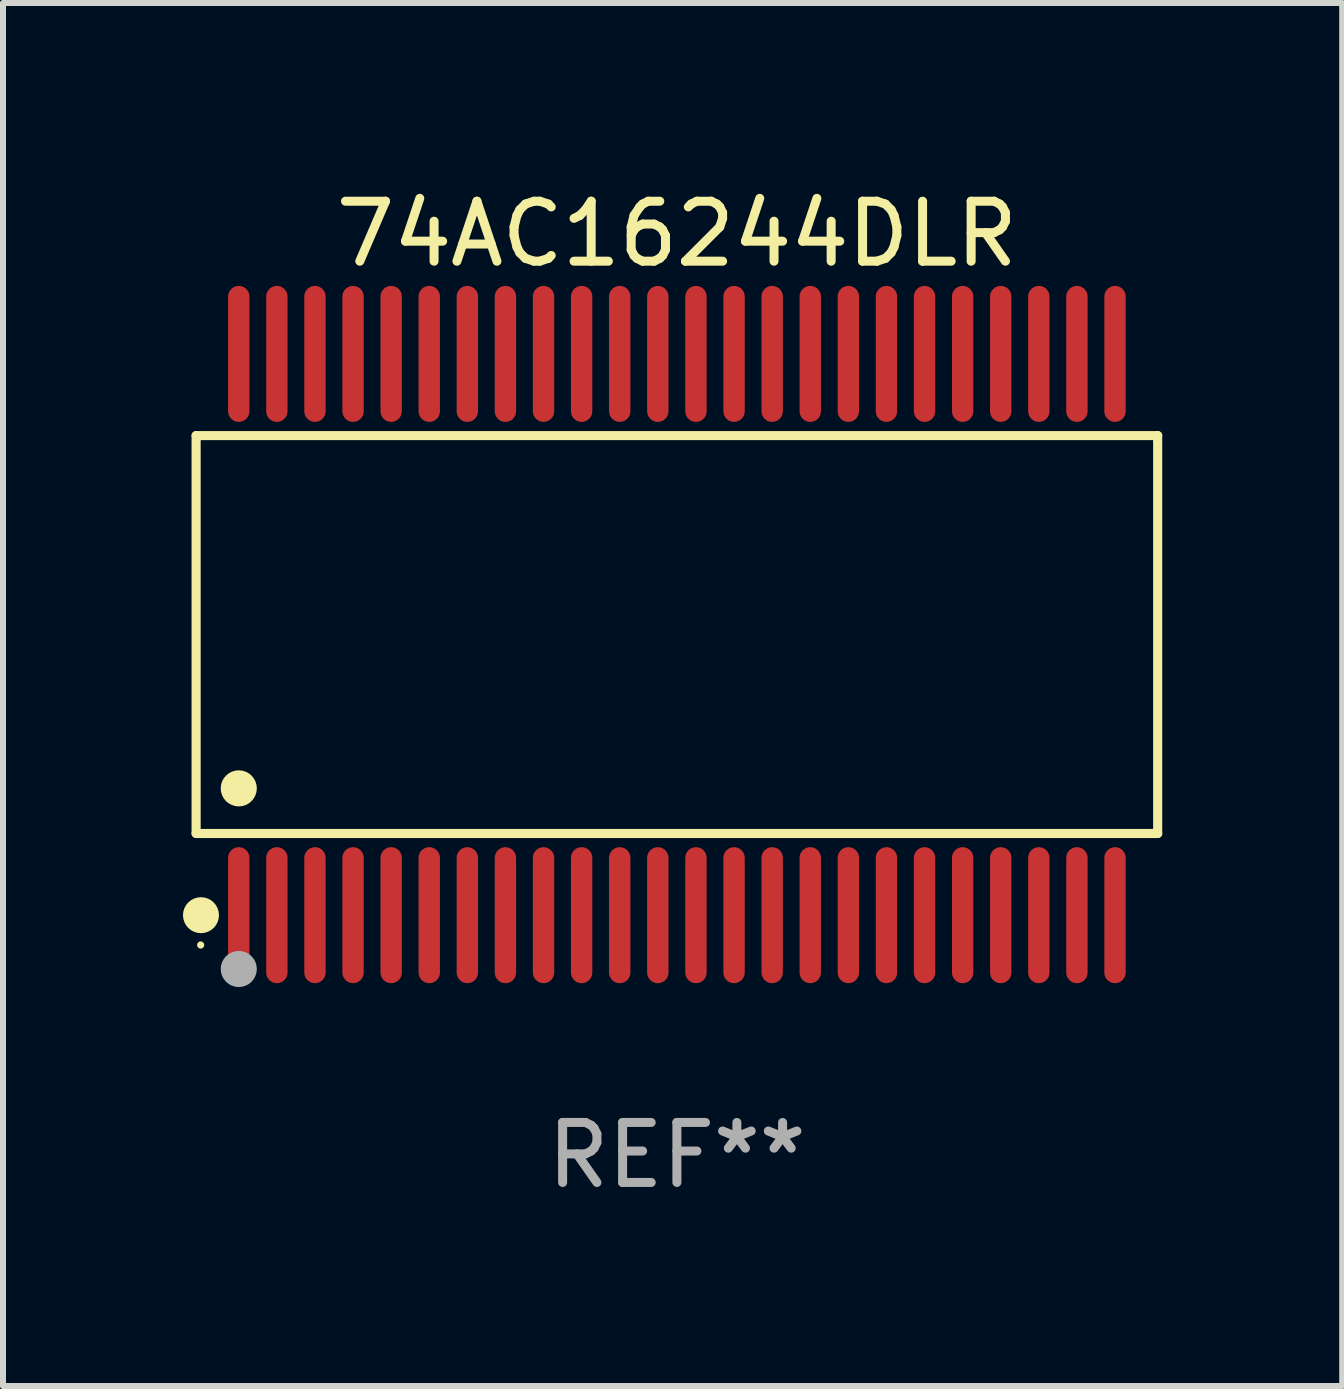
<source format=kicad_pcb>
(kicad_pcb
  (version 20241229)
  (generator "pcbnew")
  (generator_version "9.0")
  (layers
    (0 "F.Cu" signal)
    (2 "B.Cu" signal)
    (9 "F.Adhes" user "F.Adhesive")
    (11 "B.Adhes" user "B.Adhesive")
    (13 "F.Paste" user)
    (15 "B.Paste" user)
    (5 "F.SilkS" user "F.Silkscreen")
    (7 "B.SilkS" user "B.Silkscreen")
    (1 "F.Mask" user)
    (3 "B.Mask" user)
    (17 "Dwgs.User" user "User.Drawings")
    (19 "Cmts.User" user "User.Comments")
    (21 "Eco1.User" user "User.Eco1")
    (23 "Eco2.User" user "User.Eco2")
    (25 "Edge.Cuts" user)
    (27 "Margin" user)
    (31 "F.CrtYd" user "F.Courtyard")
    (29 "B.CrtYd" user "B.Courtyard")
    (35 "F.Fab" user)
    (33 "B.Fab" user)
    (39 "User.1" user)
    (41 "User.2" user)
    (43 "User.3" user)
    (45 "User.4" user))
  (footprint "74AC16244DLR"
    (layer "F.Cu")
    (at 8.233 7.527)
    (property "Reference" "74AC16244DLR" (at 0 -6.678 0) (layer "F.SilkS") (effects (font (size 1 1) (thickness 0.15))))
    (attr through_hole)
    (fp_line (start -8.014 -3.316) (end 8.014 -3.316) (stroke (width 0.152) (type solid)) (layer "F.SilkS"))
    (fp_line (start -8.014 3.316) (end -8.014 -3.316) (stroke (width 0.152) (type solid)) (layer "F.SilkS"))
    (fp_line (start 8.014 -3.316) (end 8.014 3.316) (stroke (width 0.152) (type solid)) (layer "F.SilkS"))
    (fp_line (start 8.014 3.316) (end -8.014 3.316) (stroke (width 0.152) (type solid)) (layer "F.SilkS"))
    (fp_circle (center -7.938 5.175) (end -7.908 5.175) (stroke (width 0.06) (type solid)) (fill no) (layer "F.SilkS"))
    (fp_circle (center -7.933 4.678) (end -7.783 4.678) (stroke (width 0.3) (type solid)) (fill no) (layer "F.SilkS"))
    (fp_circle (center -7.303 2.564) (end -7.152 2.564) (stroke (width 0.3) (type solid)) (fill no) (layer "F.SilkS"))
    (fp_circle (center -7.303 5.575) (end -7.152 5.575) (stroke (width 0.3) (type solid)) (fill no) (layer "F.Fab"))
    (fp_text user "REF**" (at 0 8.678 0) (layer "F.Fab") (effects (font (size 1 1) (thickness 0.15))))
    (pad "1" smd oval (at -7.303 4.678) (size 0.356 2.267) (layers "F.Cu" "F.Mask" "F.Paste"))
    (pad "2" smd oval (at -6.668 4.678) (size 0.356 2.267) (layers "F.Cu" "F.Mask" "F.Paste"))
    (pad "3" smd oval (at -6.033 4.678) (size 0.356 2.267) (layers "F.Cu" "F.Mask" "F.Paste"))
    (pad "4" smd oval (at -5.398 4.678) (size 0.356 2.267) (layers "F.Cu" "F.Mask" "F.Paste"))
    (pad "5" smd oval (at -4.763 4.678) (size 0.356 2.267) (layers "F.Cu" "F.Mask" "F.Paste"))
    (pad "6" smd oval (at -4.128 4.678) (size 0.356 2.267) (layers "F.Cu" "F.Mask" "F.Paste"))
    (pad "7" smd oval (at -3.493 4.678) (size 0.356 2.267) (layers "F.Cu" "F.Mask" "F.Paste"))
    (pad "8" smd oval (at -2.858 4.678) (size 0.356 2.267) (layers "F.Cu" "F.Mask" "F.Paste"))
    (pad "9" smd oval (at -2.223 4.678) (size 0.356 2.267) (layers "F.Cu" "F.Mask" "F.Paste"))
    (pad "10" smd oval (at -1.588 4.678) (size 0.356 2.267) (layers "F.Cu" "F.Mask" "F.Paste"))
    (pad "11" smd oval (at -0.953 4.678) (size 0.356 2.267) (layers "F.Cu" "F.Mask" "F.Paste"))
    (pad "12" smd oval (at -0.318 4.678) (size 0.356 2.267) (layers "F.Cu" "F.Mask" "F.Paste"))
    (pad "13" smd oval (at 0.318 4.678) (size 0.356 2.267) (layers "F.Cu" "F.Mask" "F.Paste"))
    (pad "14" smd oval (at 0.953 4.678) (size 0.356 2.267) (layers "F.Cu" "F.Mask" "F.Paste"))
    (pad "15" smd oval (at 1.588 4.678) (size 0.356 2.267) (layers "F.Cu" "F.Mask" "F.Paste"))
    (pad "16" smd oval (at 2.223 4.678) (size 0.356 2.267) (layers "F.Cu" "F.Mask" "F.Paste"))
    (pad "17" smd oval (at 2.858 4.678) (size 0.356 2.267) (layers "F.Cu" "F.Mask" "F.Paste"))
    (pad "18" smd oval (at 3.493 4.678) (size 0.356 2.267) (layers "F.Cu" "F.Mask" "F.Paste"))
    (pad "19" smd oval (at 4.128 4.678) (size 0.356 2.267) (layers "F.Cu" "F.Mask" "F.Paste"))
    (pad "20" smd oval (at 4.763 4.678) (size 0.356 2.267) (layers "F.Cu" "F.Mask" "F.Paste"))
    (pad "21" smd oval (at 5.398 4.678) (size 0.356 2.267) (layers "F.Cu" "F.Mask" "F.Paste"))
    (pad "22" smd oval (at 6.033 4.678) (size 0.356 2.267) (layers "F.Cu" "F.Mask" "F.Paste"))
    (pad "23" smd oval (at 6.668 4.678) (size 0.356 2.267) (layers "F.Cu" "F.Mask" "F.Paste"))
    (pad "24" smd oval (at 7.303 4.678) (size 0.356 2.267) (layers "F.Cu" "F.Mask" "F.Paste"))
    (pad "25" smd oval (at 7.303 -4.678) (size 0.356 2.267) (layers "F.Cu" "F.Mask" "F.Paste"))
    (pad "26" smd oval (at 6.668 -4.678) (size 0.356 2.267) (layers "F.Cu" "F.Mask" "F.Paste"))
    (pad "27" smd oval (at 6.033 -4.678) (size 0.356 2.267) (layers "F.Cu" "F.Mask" "F.Paste"))
    (pad "28" smd oval (at 5.398 -4.678) (size 0.356 2.267) (layers "F.Cu" "F.Mask" "F.Paste"))
    (pad "29" smd oval (at 4.763 -4.678) (size 0.356 2.267) (layers "F.Cu" "F.Mask" "F.Paste"))
    (pad "30" smd oval (at 4.128 -4.678) (size 0.356 2.267) (layers "F.Cu" "F.Mask" "F.Paste"))
    (pad "31" smd oval (at 3.493 -4.678) (size 0.356 2.267) (layers "F.Cu" "F.Mask" "F.Paste"))
    (pad "32" smd oval (at 2.858 -4.678) (size 0.356 2.267) (layers "F.Cu" "F.Mask" "F.Paste"))
    (pad "33" smd oval (at 2.223 -4.678) (size 0.356 2.267) (layers "F.Cu" "F.Mask" "F.Paste"))
    (pad "34" smd oval (at 1.588 -4.678) (size 0.356 2.267) (layers "F.Cu" "F.Mask" "F.Paste"))
    (pad "35" smd oval (at 0.953 -4.678) (size 0.356 2.267) (layers "F.Cu" "F.Mask" "F.Paste"))
    (pad "36" smd oval (at 0.318 -4.678) (size 0.356 2.267) (layers "F.Cu" "F.Mask" "F.Paste"))
    (pad "37" smd oval (at -0.318 -4.678) (size 0.356 2.267) (layers "F.Cu" "F.Mask" "F.Paste"))
    (pad "38" smd oval (at -0.953 -4.678) (size 0.356 2.267) (layers "F.Cu" "F.Mask" "F.Paste"))
    (pad "39" smd oval (at -1.588 -4.678) (size 0.356 2.267) (layers "F.Cu" "F.Mask" "F.Paste"))
    (pad "40" smd oval (at -2.223 -4.678) (size 0.356 2.267) (layers "F.Cu" "F.Mask" "F.Paste"))
    (pad "41" smd oval (at -2.858 -4.678) (size 0.356 2.267) (layers "F.Cu" "F.Mask" "F.Paste"))
    (pad "42" smd oval (at -3.493 -4.678) (size 0.356 2.267) (layers "F.Cu" "F.Mask" "F.Paste"))
    (pad "43" smd oval (at -4.128 -4.678) (size 0.356 2.267) (layers "F.Cu" "F.Mask" "F.Paste"))
    (pad "44" smd oval (at -4.763 -4.678) (size 0.356 2.267) (layers "F.Cu" "F.Mask" "F.Paste"))
    (pad "45" smd oval (at -5.398 -4.678) (size 0.356 2.267) (layers "F.Cu" "F.Mask" "F.Paste"))
    (pad "46" smd oval (at -6.033 -4.678) (size 0.356 2.267) (layers "F.Cu" "F.Mask" "F.Paste"))
    (pad "47" smd oval (at -6.668 -4.678) (size 0.356 2.267) (layers "F.Cu" "F.Mask" "F.Paste"))
    (pad "48" smd oval (at -7.303 -4.678) (size 0.356 2.267) (layers "F.Cu" "F.Mask" "F.Paste")))
  (gr_rect
    (start -3 -3)
    (end 19.323 20.053)
    (stroke (width 0.1) (type default))
    (fill no)
    (layer "Edge.Cuts")))
</source>
